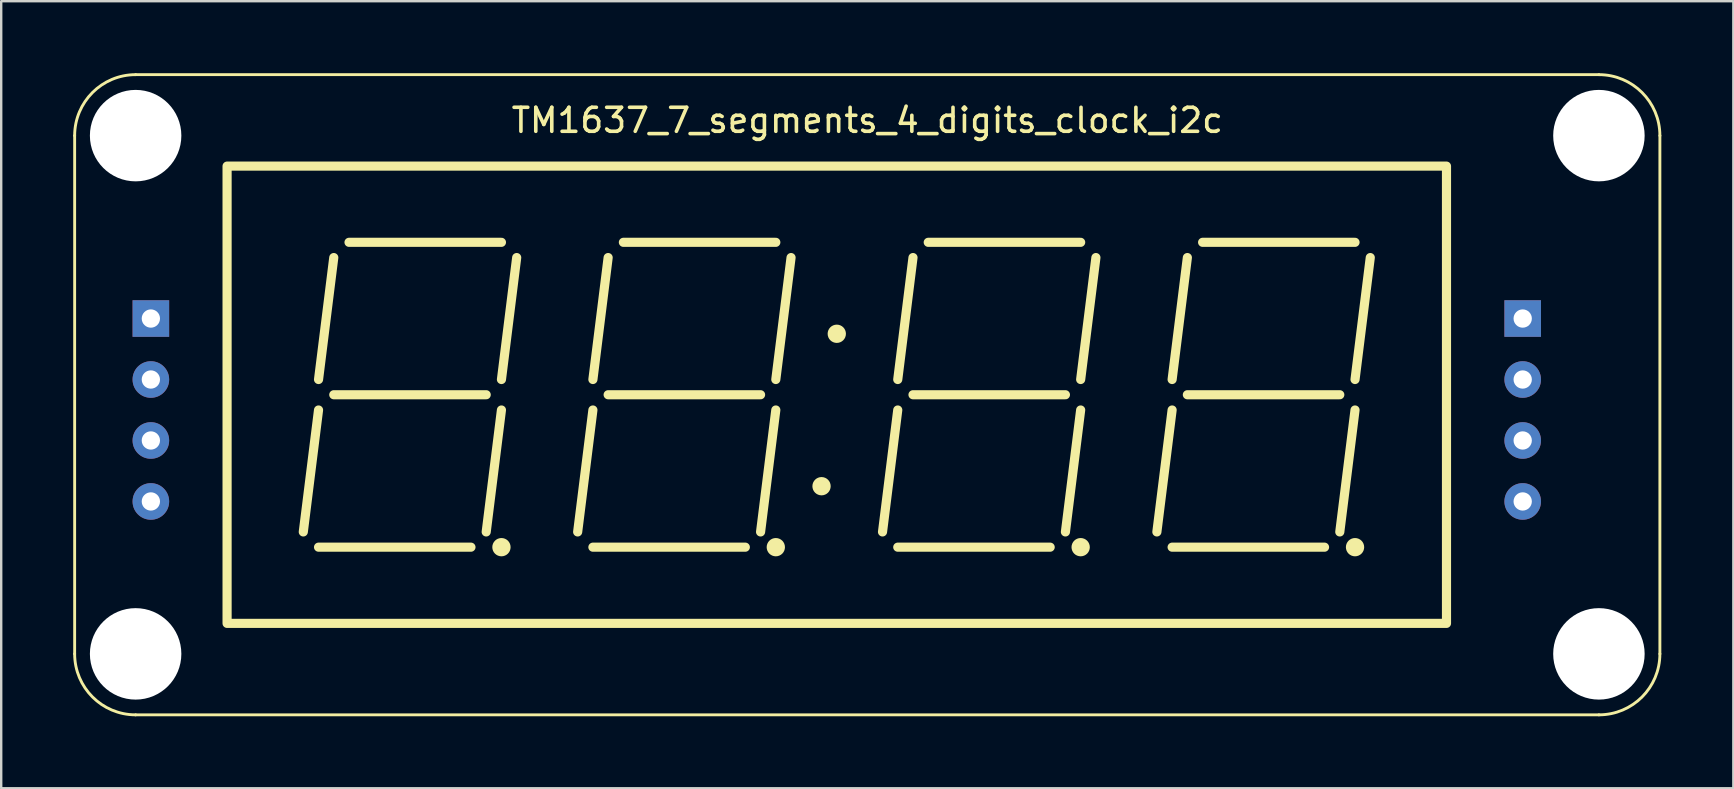
<source format=kicad_pcb>
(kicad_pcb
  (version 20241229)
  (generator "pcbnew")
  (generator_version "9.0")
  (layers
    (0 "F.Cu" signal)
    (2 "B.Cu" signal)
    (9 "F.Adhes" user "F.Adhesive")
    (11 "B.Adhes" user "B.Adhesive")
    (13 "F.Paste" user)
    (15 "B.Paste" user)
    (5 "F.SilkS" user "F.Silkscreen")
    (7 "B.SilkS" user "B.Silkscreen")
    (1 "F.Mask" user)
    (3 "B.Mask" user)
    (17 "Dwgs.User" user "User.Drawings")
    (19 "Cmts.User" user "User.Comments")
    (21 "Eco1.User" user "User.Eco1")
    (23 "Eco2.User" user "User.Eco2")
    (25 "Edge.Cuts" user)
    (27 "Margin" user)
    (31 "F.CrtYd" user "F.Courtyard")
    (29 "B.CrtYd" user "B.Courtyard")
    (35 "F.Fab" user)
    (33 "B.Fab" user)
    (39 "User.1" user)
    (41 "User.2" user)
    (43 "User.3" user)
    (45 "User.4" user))
  (footprint "TM1637_7_segments_4_digits_clock_i2c"
    (layer "F.Cu")
    (at 33.08 13.395)
    (property "Reference" "TM1637_7_segments_4_digits_clock_i2c" (at 0 -11.43 0) (unlocked yes) (layer "F.SilkS") (effects (font (size 1 1) (thickness 0.15))))
    (attr through_hole)
    (fp_line (start -33.02 -10.795) (end -33.02 10.795) (stroke (width 0.12) (type default)) (layer "F.SilkS"))
    (fp_line (start -30.48 13.335) (end 30.48 13.335) (stroke (width 0.12) (type default)) (layer "F.SilkS"))
    (fp_line (start -23.495 5.715) (end -22.86 0.635) (stroke (width 0.381) (type default)) (layer "F.SilkS"))
    (fp_line (start -22.86 -0.635) (end -22.225 -5.715) (stroke (width 0.381) (type default)) (layer "F.SilkS"))
    (fp_line (start -22.86 6.35) (end -16.51 6.35) (stroke (width 0.381) (type default)) (layer "F.SilkS"))
    (fp_line (start -22.225 0) (end -15.875 0) (stroke (width 0.381) (type default)) (layer "F.SilkS"))
    (fp_line (start -21.59 -6.35) (end -15.24 -6.35) (stroke (width 0.381) (type default)) (layer "F.SilkS"))
    (fp_line (start -15.24 0.635) (end -15.875 5.715) (stroke (width 0.381) (type default)) (layer "F.SilkS"))
    (fp_line (start -14.605 -5.715) (end -15.24 -0.635) (stroke (width 0.381) (type default)) (layer "F.SilkS"))
    (fp_line (start -12.065 5.715) (end -11.43 0.635) (stroke (width 0.381) (type default)) (layer "F.SilkS"))
    (fp_line (start -11.43 -0.635) (end -10.795 -5.715) (stroke (width 0.381) (type default)) (layer "F.SilkS"))
    (fp_line (start -11.43 6.35) (end -5.08 6.35) (stroke (width 0.381) (type default)) (layer "F.SilkS"))
    (fp_line (start -10.795 0) (end -4.445 0) (stroke (width 0.381) (type default)) (layer "F.SilkS"))
    (fp_line (start -10.16 -6.35) (end -3.81 -6.35) (stroke (width 0.381) (type default)) (layer "F.SilkS"))
    (fp_line (start -3.81 0.635) (end -4.445 5.715) (stroke (width 0.381) (type default)) (layer "F.SilkS"))
    (fp_line (start -3.175 -5.715) (end -3.81 -0.635) (stroke (width 0.381) (type default)) (layer "F.SilkS"))
    (fp_line (start 0.635 5.715) (end 1.27 0.635) (stroke (width 0.381) (type default)) (layer "F.SilkS"))
    (fp_line (start 1.27 -0.635) (end 1.905 -5.715) (stroke (width 0.381) (type default)) (layer "F.SilkS"))
    (fp_line (start 1.27 6.35) (end 7.62 6.35) (stroke (width 0.381) (type default)) (layer "F.SilkS"))
    (fp_line (start 1.905 0) (end 8.255 0) (stroke (width 0.381) (type default)) (layer "F.SilkS"))
    (fp_line (start 2.54 -6.35) (end 8.89 -6.35) (stroke (width 0.381) (type default)) (layer "F.SilkS"))
    (fp_line (start 8.89 0.635) (end 8.255 5.715) (stroke (width 0.381) (type default)) (layer "F.SilkS"))
    (fp_line (start 9.525 -5.715) (end 8.89 -0.635) (stroke (width 0.381) (type default)) (layer "F.SilkS"))
    (fp_line (start 12.065 5.715) (end 12.7 0.635) (stroke (width 0.381) (type default)) (layer "F.SilkS"))
    (fp_line (start 12.7 -0.635) (end 13.335 -5.715) (stroke (width 0.381) (type default)) (layer "F.SilkS"))
    (fp_line (start 12.7 6.35) (end 19.05 6.35) (stroke (width 0.381) (type default)) (layer "F.SilkS"))
    (fp_line (start 13.335 0) (end 19.685 0) (stroke (width 0.381) (type default)) (layer "F.SilkS"))
    (fp_line (start 13.97 -6.35) (end 20.32 -6.35) (stroke (width 0.381) (type default)) (layer "F.SilkS"))
    (fp_line (start 20.32 0.635) (end 19.685 5.715) (stroke (width 0.381) (type default)) (layer "F.SilkS"))
    (fp_line (start 20.955 -5.715) (end 20.32 -0.635) (stroke (width 0.381) (type default)) (layer "F.SilkS"))
    (fp_line (start 30.48 -13.335) (end -30.48 -13.335) (stroke (width 0.12) (type default)) (layer "F.SilkS"))
    (fp_line (start 33.02 10.795) (end 33.02 -10.795) (stroke (width 0.12) (type default)) (layer "F.SilkS"))
    (fp_rect (start -26.67 -9.525) (end 24.13 9.525) (stroke (width 0.381) (type default)) (fill no) (layer "F.SilkS"))
    (fp_arc (start -33.02 -10.795) (mid -32.276051 -12.591051) (end -30.48 -13.335) (stroke (width 0.12) (type default)) (layer "F.SilkS"))
    (fp_arc (start -30.48 13.335) (mid -32.276051 12.591051) (end -33.02 10.795) (stroke (width 0.12) (type default)) (layer "F.SilkS"))
    (fp_arc (start 30.48 -13.335) (mid 32.276051 -12.591051) (end 33.02 -10.795) (stroke (width 0.12) (type default)) (layer "F.SilkS"))
    (fp_arc (start 33.02 10.795) (mid 32.276051 12.591051) (end 30.48 13.335) (stroke (width 0.12) (type default)) (layer "F.SilkS"))
    (fp_circle (center -15.24 6.35) (end -15.24 6.35) (stroke (width 0.381) (type default)) (fill no) (layer "F.SilkS"))
    (fp_circle (center -3.81 6.35) (end -3.81 6.35) (stroke (width 0.381) (type default)) (fill no) (layer "F.SilkS"))
    (fp_circle (center -1.905 3.81) (end -1.905 3.81) (stroke (width 0.381) (type default)) (fill no) (layer "F.SilkS"))
    (fp_circle (center -1.27 -2.54) (end -1.27 -2.54) (stroke (width 0.381) (type default)) (fill no) (layer "F.SilkS"))
    (fp_circle (center 8.89 6.35) (end 8.89 6.35) (stroke (width 0.381) (type default)) (fill no) (layer "F.SilkS"))
    (fp_circle (center 20.32 6.35) (end 20.32 6.35) (stroke (width 0.381) (type default)) (fill no) (layer "F.SilkS"))
    (pad "" np_thru_hole circle (at -30.48 -10.795) (size 3.81 3.81) (drill 3.81) (layers "*.Cu" "*.Mask"))
    (pad "" np_thru_hole circle (at -30.48 10.795) (size 3.81 3.81) (drill 3.81) (layers "*.Cu" "*.Mask"))
    (pad "" np_thru_hole circle (at 30.48 -10.795) (size 3.81 3.81) (drill 3.81) (layers "*.Cu" "*.Mask"))
    (pad "" np_thru_hole circle (at 30.48 10.795) (size 3.81 3.81) (drill 3.81) (layers "*.Cu" "*.Mask"))
    (pad "1" thru_hole rect (at -29.845 -3.175) (size 1.524 1.524) (drill 0.762) (layers "*.Cu" "*.Mask"))
    (pad "1" thru_hole rect (at 27.305 -3.175) (size 1.524 1.524) (drill 0.762) (layers "*.Cu" "*.Mask"))
    (pad "2" thru_hole circle (at -29.845 -0.635) (size 1.524 1.524) (drill 0.762) (layers "*.Cu" "*.Mask"))
    (pad "2" thru_hole circle (at 27.305 -0.635) (size 1.524 1.524) (drill 0.762) (layers "*.Cu" "*.Mask"))
    (pad "3" thru_hole circle (at -29.845 1.905) (size 1.524 1.524) (drill 0.762) (layers "*.Cu" "*.Mask"))
    (pad "3" thru_hole circle (at 27.305 1.905) (size 1.524 1.524) (drill 0.762) (layers "*.Cu" "*.Mask"))
    (pad "4" thru_hole circle (at -29.845 4.445) (size 1.524 1.524) (drill 0.762) (layers "*.Cu" "*.Mask"))
    (pad "4" thru_hole circle (at 27.305 4.445) (size 1.524 1.524) (drill 0.762) (layers "*.Cu" "*.Mask")))
  (gr_rect
    (start -3 -3)
    (end 69.16 29.79)
    (stroke (width 0.1) (type default))
    (fill no)
    (layer "Edge.Cuts")))
</source>
